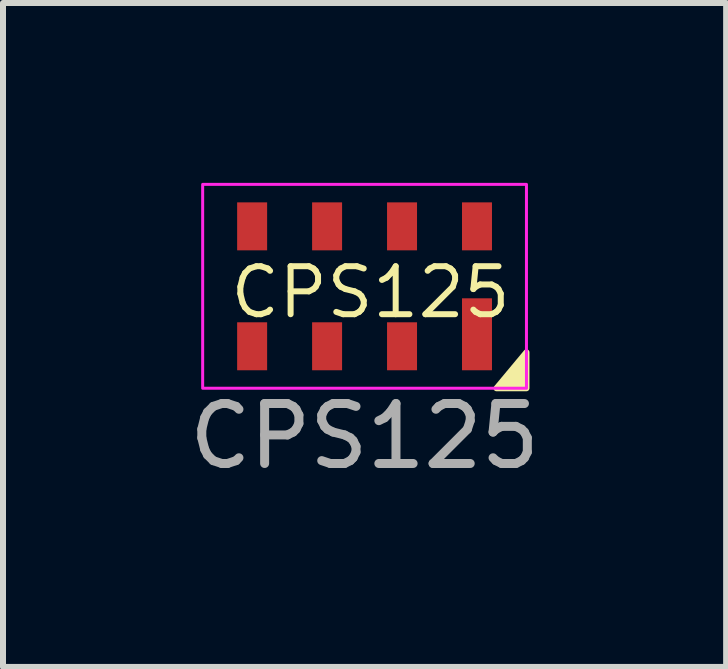
<source format=kicad_pcb>
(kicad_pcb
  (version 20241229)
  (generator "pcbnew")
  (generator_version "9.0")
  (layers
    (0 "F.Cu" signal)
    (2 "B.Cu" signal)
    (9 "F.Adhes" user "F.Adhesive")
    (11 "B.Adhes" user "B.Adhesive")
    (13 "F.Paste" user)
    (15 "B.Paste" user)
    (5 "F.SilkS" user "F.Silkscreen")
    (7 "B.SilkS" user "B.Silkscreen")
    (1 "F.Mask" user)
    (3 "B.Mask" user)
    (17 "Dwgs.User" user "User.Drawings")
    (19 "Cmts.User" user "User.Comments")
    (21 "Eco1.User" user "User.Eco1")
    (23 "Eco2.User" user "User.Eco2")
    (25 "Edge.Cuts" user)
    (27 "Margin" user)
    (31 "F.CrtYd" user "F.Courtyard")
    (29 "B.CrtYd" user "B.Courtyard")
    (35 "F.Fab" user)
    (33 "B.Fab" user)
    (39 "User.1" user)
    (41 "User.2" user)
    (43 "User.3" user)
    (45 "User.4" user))
  (footprint "CPS125"
    (layer "F.Cu")
    (at 3.03 1.725)
    (property "Reference" "CPS125" (at 0.1 0.1 0) (unlocked yes) (layer "F.SilkS") (effects (font (size 0.8 0.8) (thickness 0.1))))
    (attr smd)
    (fp_poly (pts (xy 2.7 1.1) (xy 2.2 1.7) (xy 2.7 1.7)) (stroke (width 0.1) (type solid)) (fill yes) (layer "F.SilkS"))
    (fp_rect (start -2.7 -1.7) (end 2.7 1.7) (stroke (width 0.05) (type solid)) (fill no) (layer "F.CrtYd"))
    (fp_text user "${REFERENCE}" (at 0 2.5 0) (unlocked yes) (layer "F.Fab") (effects (font (size 1 1) (thickness 0.15))))
    (pad "1" smd rect (at 1.875 0.8) (size 0.5 1.2) (layers "F.Cu" "F.Mask" "F.Paste"))
    (pad "2" smd rect (at 0.625 1) (size 0.5 0.8) (layers "F.Cu" "F.Mask" "F.Paste"))
    (pad "3" smd rect (at -0.625 1) (size 0.5 0.8) (layers "F.Cu" "F.Mask" "F.Paste"))
    (pad "4" smd rect (at -1.875 1) (size 0.5 0.8) (layers "F.Cu" "F.Mask" "F.Paste"))
    (pad "5" smd rect (at -1.875 -1) (size 0.5 0.8) (layers "F.Cu" "F.Mask" "F.Paste"))
    (pad "6" smd rect (at -0.625 -1) (size 0.5 0.8) (layers "F.Cu" "F.Mask" "F.Paste"))
    (pad "7" smd rect (at 0.625 -1) (size 0.5 0.8) (layers "F.Cu" "F.Mask" "F.Paste"))
    (pad "8" smd rect (at 1.875 -1) (size 0.5 0.8) (layers "F.Cu" "F.Mask" "F.Paste")))
  (gr_rect
    (start -3 -3)
    (end 9.06 8.073)
    (stroke (width 0.1) (type default))
    (fill no)
    (layer "Edge.Cuts")))
</source>
